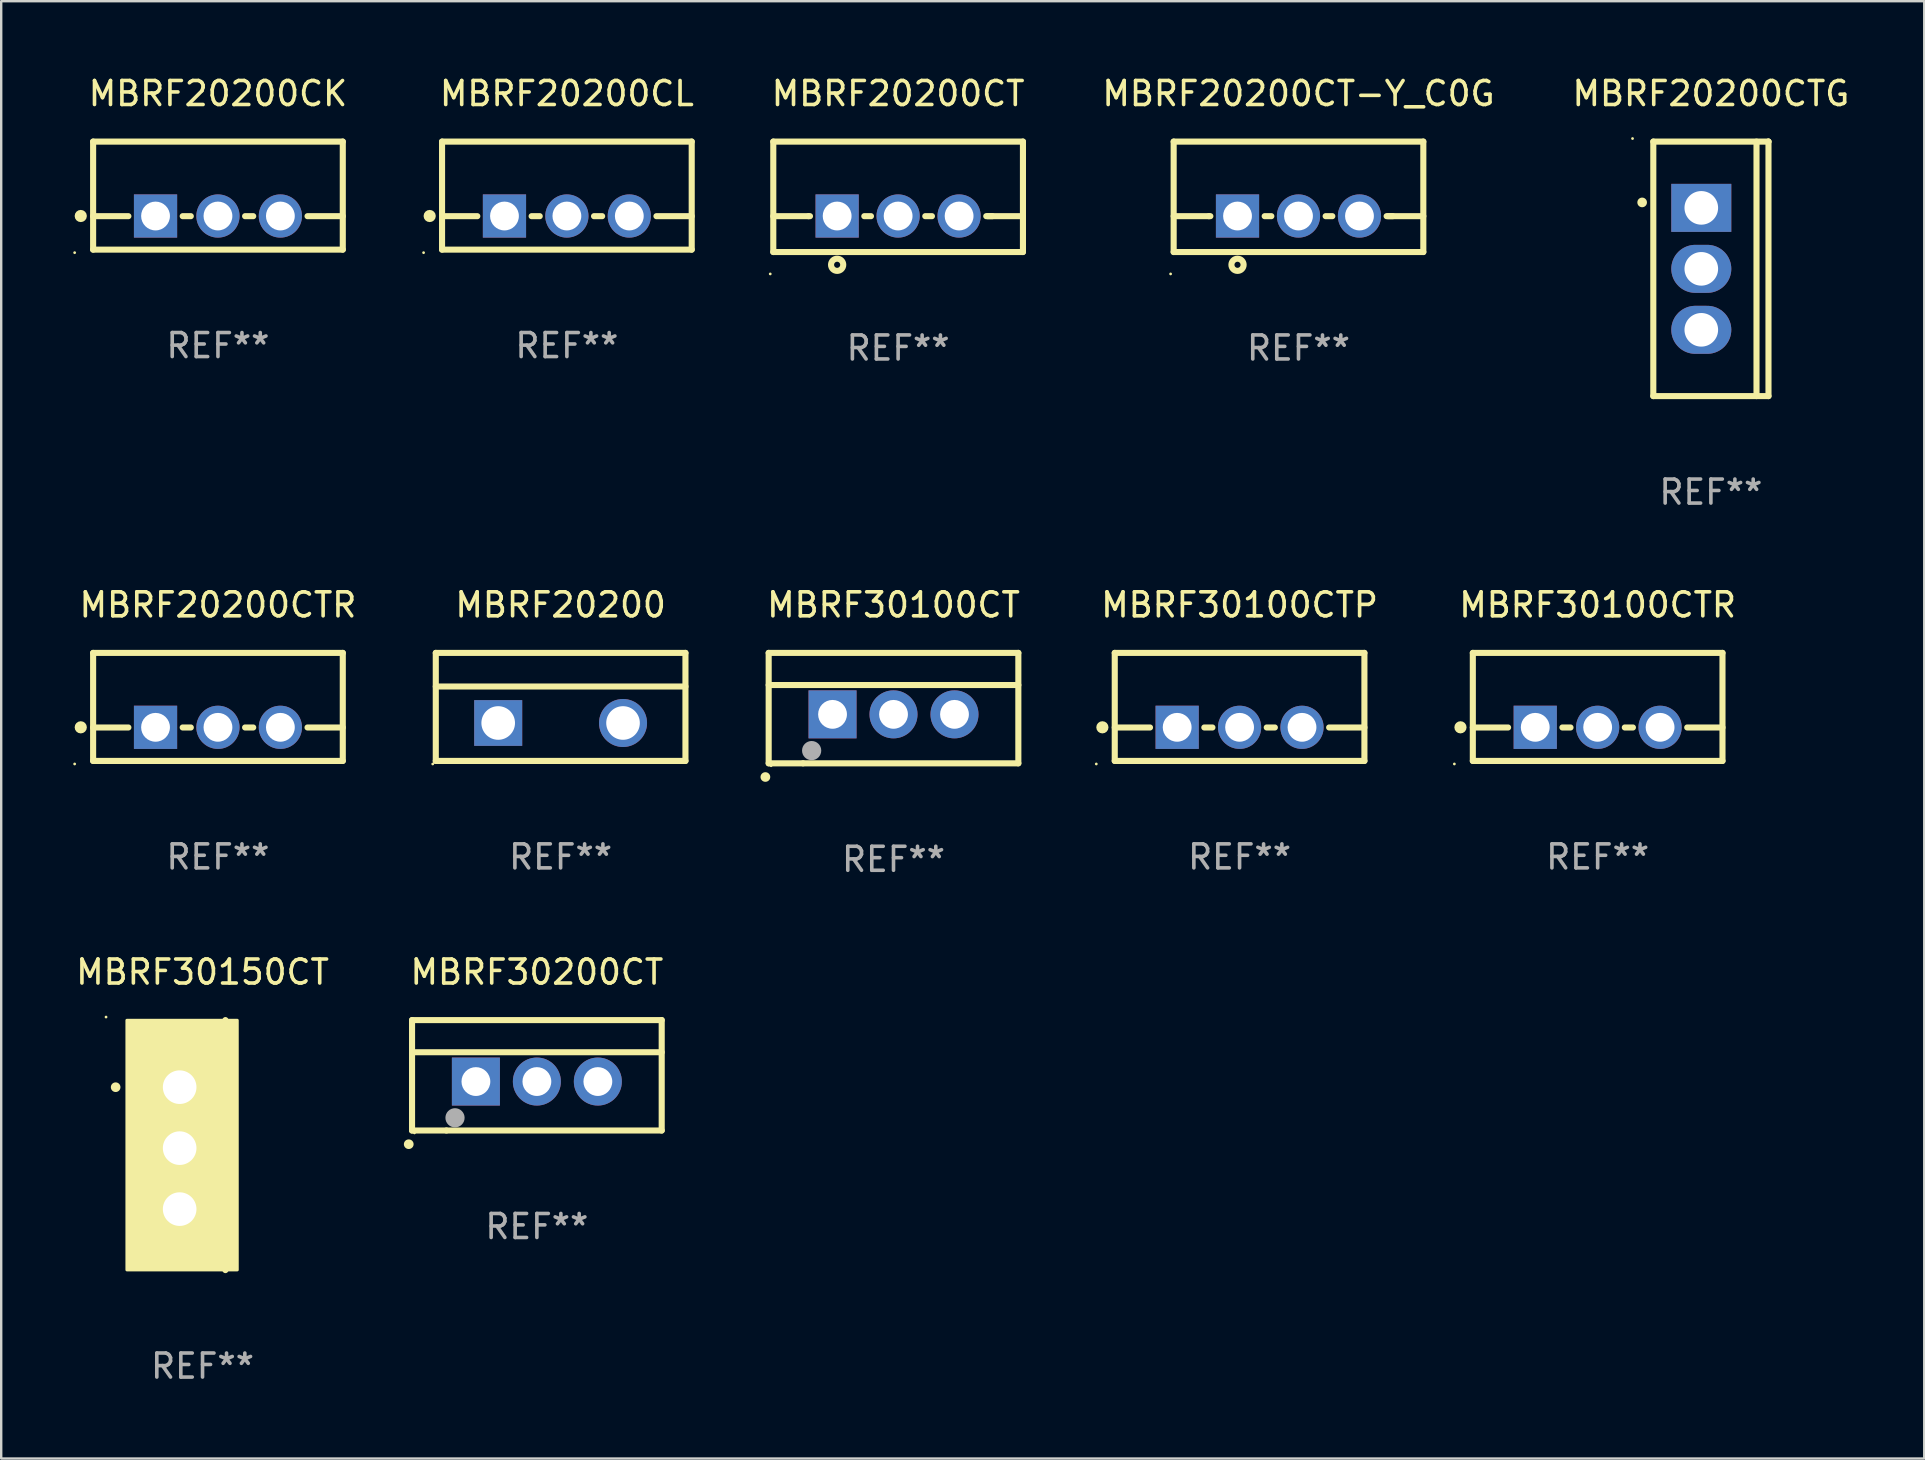
<source format=kicad_pcb>
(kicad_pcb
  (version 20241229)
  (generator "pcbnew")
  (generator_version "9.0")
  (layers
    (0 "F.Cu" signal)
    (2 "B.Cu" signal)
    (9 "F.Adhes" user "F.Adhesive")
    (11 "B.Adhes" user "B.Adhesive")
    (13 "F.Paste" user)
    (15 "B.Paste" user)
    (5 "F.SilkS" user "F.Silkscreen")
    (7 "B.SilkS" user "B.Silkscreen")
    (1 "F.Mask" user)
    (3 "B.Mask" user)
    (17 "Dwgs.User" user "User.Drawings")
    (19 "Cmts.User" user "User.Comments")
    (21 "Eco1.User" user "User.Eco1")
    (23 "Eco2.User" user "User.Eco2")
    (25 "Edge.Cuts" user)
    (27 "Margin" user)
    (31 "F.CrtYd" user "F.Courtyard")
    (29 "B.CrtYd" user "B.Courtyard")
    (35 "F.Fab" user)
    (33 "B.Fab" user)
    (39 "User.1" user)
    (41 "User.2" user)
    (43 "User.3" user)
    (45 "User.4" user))
  (footprint "MBRF30200CT"
    (layer "F.Cu")
    (at 19.314 41.743)
    (property "Reference" "MBRF30200CT" (at 0 -4.3 0) (layer "F.SilkS") (effects (font (size 1 1) (thickness 0.15))))
    (attr through_hole)
    (fp_line (start -5.2 -2.3) (end -5.2 2.3) (stroke (width 0.254) (type solid)) (layer "F.SilkS"))
    (fp_line (start -5.2 -0.961) (end 5.2 -0.961) (stroke (width 0.254) (type solid)) (layer "F.SilkS"))
    (fp_line (start -5.2 2.3) (end -3.768 2.3) (stroke (width 0.254) (type solid)) (layer "F.SilkS"))
    (fp_line (start -3.768 2.3) (end 5.2 2.3) (stroke (width 0.254) (type solid)) (layer "F.SilkS"))
    (fp_line (start 5.2 -2.3) (end -5.2 -2.3) (stroke (width 0.254) (type solid)) (layer "F.SilkS"))
    (fp_line (start 5.2 -2.3) (end 5.2 2.3) (stroke (width 0.254) (type solid)) (layer "F.SilkS"))
    (fp_arc (start -5.340005 2.870003) (mid -5.337465 2.869987) (end -5.334925 2.870003) (stroke (width 0.4) (type solid)) (layer "F.SilkS"))
    (fp_circle (center -5.1 2.4) (end -5.07 2.4) (stroke (width 0.06) (type solid)) (fill no) (layer "F.SilkS"))
    (fp_circle (center -3.41 1.77) (end -3.21 1.77) (stroke (width 0.4) (type solid)) (fill no) (layer "F.Fab"))
    (fp_text user "REF**" (at 0 6.3 0) (layer "F.Fab") (effects (font (size 1 1) (thickness 0.15))))
    (pad "1" thru_hole rect (at -2.54 0.26) (size 2 2) (drill 1.2) (layers "*.Cu" "*.Mask"))
    (pad "2" thru_hole circle (at 0 0.26) (size 2 2) (drill 1.2) (layers "*.Cu" "*.Mask"))
    (pad "3" thru_hole circle (at 2.54 0.26) (size 2 2) (drill 1.2) (layers "*.Cu" "*.Mask")))
  (footprint "MBRF30100CT"
    (layer "F.Cu")
    (at 34.17 26.447)
    (property "Reference" "MBRF30100CT" (at 0 -4.3 0) (layer "F.SilkS") (effects (font (size 1 1) (thickness 0.15))))
    (attr through_hole)
    (fp_line (start -5.2 -2.3) (end -5.2 2.3) (stroke (width 0.254) (type solid)) (layer "F.SilkS"))
    (fp_line (start -5.2 -0.961) (end 5.2 -0.961) (stroke (width 0.254) (type solid)) (layer "F.SilkS"))
    (fp_line (start -5.2 2.3) (end -3.768 2.3) (stroke (width 0.254) (type solid)) (layer "F.SilkS"))
    (fp_line (start -3.768 2.3) (end 5.2 2.3) (stroke (width 0.254) (type solid)) (layer "F.SilkS"))
    (fp_line (start 5.2 -2.3) (end -5.2 -2.3) (stroke (width 0.254) (type solid)) (layer "F.SilkS"))
    (fp_line (start 5.2 -2.3) (end 5.2 2.3) (stroke (width 0.254) (type solid)) (layer "F.SilkS"))
    (fp_arc (start -5.340005 2.870003) (mid -5.337465 2.869987) (end -5.334925 2.870003) (stroke (width 0.4) (type solid)) (layer "F.SilkS"))
    (fp_circle (center -5.1 2.4) (end -5.07 2.4) (stroke (width 0.06) (type solid)) (fill no) (layer "F.SilkS"))
    (fp_circle (center -3.41 1.77) (end -3.21 1.77) (stroke (width 0.4) (type solid)) (fill no) (layer "F.Fab"))
    (fp_text user "REF**" (at 0 6.3 0) (layer "F.Fab") (effects (font (size 1 1) (thickness 0.15))))
    (pad "1" thru_hole rect (at -2.54 0.26) (size 2 2) (drill 1.2) (layers "*.Cu" "*.Mask"))
    (pad "2" thru_hole circle (at 0 0.26) (size 2 2) (drill 1.2) (layers "*.Cu" "*.Mask"))
    (pad "3" thru_hole circle (at 2.54 0.26) (size 2 2) (drill 1.2) (layers "*.Cu" "*.Mask")))
  (footprint "MBRF20200CT"
    (layer "F.Cu")
    (at 34.362 5.148)
    (property "Reference" "MBRF20200CT" (at 0 -4.3 0) (layer "F.SilkS") (effects (font (size 1 1) (thickness 0.15))))
    (attr through_hole)
    (fp_line (start -5.2 -2.3) (end -5.2 2.3) (stroke (width 0.254) (type solid)) (layer "F.SilkS"))
    (fp_line (start -5.2 -2.3) (end 5.2 -2.3) (stroke (width 0.254) (type solid)) (layer "F.SilkS"))
    (fp_line (start -5.2 0.807) (end -3.731 0.807) (stroke (width 0.254) (type solid)) (layer "F.SilkS"))
    (fp_line (start -5.2 2.3) (end 5.2 2.3) (stroke (width 0.254) (type solid)) (layer "F.SilkS"))
    (fp_line (start -3.731 0.807) (end -3.671 0.807) (stroke (width 0.254) (type solid)) (layer "F.SilkS"))
    (fp_line (start -1.409 0.807) (end -1.131 0.807) (stroke (width 0.254) (type solid)) (layer "F.SilkS"))
    (fp_line (start 1.131 0.807) (end 1.409 0.807) (stroke (width 0.254) (type solid)) (layer "F.SilkS"))
    (fp_line (start 3.671 0.807) (end 3.926 0.807) (stroke (width 0.254) (type solid)) (layer "F.SilkS"))
    (fp_line (start 3.731 0.807) (end 5.2 0.807) (stroke (width 0.254) (type solid)) (layer "F.SilkS"))
    (fp_line (start 5.2 -2.3) (end 5.2 2.3) (stroke (width 0.254) (type solid)) (layer "F.SilkS"))
    (fp_circle (center -5.327 3.213) (end -5.297 3.213) (stroke (width 0.06) (type solid)) (fill no) (layer "F.SilkS"))
    (fp_circle (center -2.54 2.832) (end -2.286 2.832) (stroke (width 0.254) (type solid)) (fill no) (layer "F.SilkS"))
    (fp_text user "REF**" (at 0 6.3 0) (layer "F.Fab") (effects (font (size 1 1) (thickness 0.15))))
    (pad "1" thru_hole rect (at -2.54 0.8) (size 1.8 1.8) (drill 1.2) (layers "*.Cu" "*.Mask"))
    (pad "2" thru_hole circle (at 0 0.8) (size 1.8 1.8) (drill 1.2) (layers "*.Cu" "*.Mask"))
    (pad "3" thru_hole circle (at 2.54 0.8) (size 1.8 1.8) (drill 1.2) (layers "*.Cu" "*.Mask")))
  (footprint "MBRF20200CTR"
    (layer "F.Cu")
    (at 6.029 26.397)
    (property "Reference" "MBRF20200CTR" (at 0 -4.25 0) (layer "F.SilkS") (effects (font (size 1 1) (thickness 0.15))))
    (attr through_hole)
    (fp_line (start -5.2 -2.25) (end -5.2 2.25) (stroke (width 0.254) (type solid)) (layer "F.SilkS"))
    (fp_line (start -5.2 -2.25) (end 5.2 -2.25) (stroke (width 0.254) (type solid)) (layer "F.SilkS"))
    (fp_line (start -5.2 0.857) (end -3.731 0.857) (stroke (width 0.254) (type solid)) (layer "F.SilkS"))
    (fp_line (start -5.2 2.25) (end 5.2 2.25) (stroke (width 0.254) (type solid)) (layer "F.SilkS"))
    (fp_line (start -1.469 0.857) (end -1.131 0.857) (stroke (width 0.254) (type solid)) (layer "F.SilkS"))
    (fp_line (start 1.131 0.857) (end 1.469 0.857) (stroke (width 0.254) (type solid)) (layer "F.SilkS"))
    (fp_line (start 3.731 0.857) (end 5.2 0.857) (stroke (width 0.254) (type solid)) (layer "F.SilkS"))
    (fp_line (start 5.2 -2.25) (end 5.2 2.25) (stroke (width 0.254) (type solid)) (layer "F.SilkS"))
    (fp_circle (center -5.969 2.377) (end -5.939 2.377) (stroke (width 0.06) (type solid)) (fill no) (layer "F.SilkS"))
    (fp_circle (center -5.715 0.85) (end -5.588 0.85) (stroke (width 0.254) (type solid)) (fill no) (layer "F.SilkS"))
    (fp_text user "REF**" (at 0 6.25 0) (layer "F.Fab") (effects (font (size 1 1) (thickness 0.15))))
    (pad "1" thru_hole rect (at -2.6 0.85) (size 1.8 1.8) (drill 1.2) (layers "*.Cu" "*.Mask"))
    (pad "2" thru_hole circle (at 0 0.85) (size 1.8 1.8) (drill 1.2) (layers "*.Cu" "*.Mask"))
    (pad "3" thru_hole circle (at 2.6 0.85) (size 1.8 1.8) (drill 1.2) (layers "*.Cu" "*.Mask")))
  (footprint "MBRF20200CTG"
    (layer "F.Cu")
    (at 68.219 8.149)
    (property "Reference" "MBRF20200CTG" (at 0 -7.301 0) (layer "F.SilkS") (effects (font (size 1 1) (thickness 0.15))))
    (attr through_hole)
    (fp_line (start -2.399 -5.301) (end 2.394 -5.301) (stroke (width 0.254) (type solid)) (layer "F.SilkS"))
    (fp_line (start -2.399 5.301) (end -2.399 -5.301) (stroke (width 0.254) (type solid)) (layer "F.SilkS"))
    (fp_line (start 1.9 5.3) (end 1.9 -5.3) (stroke (width 0.254) (type solid)) (layer "F.SilkS"))
    (fp_line (start 2.394 -5.301) (end 2.399 -5.301) (stroke (width 0.254) (type solid)) (layer "F.SilkS"))
    (fp_line (start 2.399 -5.301) (end 2.399 5.301) (stroke (width 0.254) (type solid)) (layer "F.SilkS"))
    (fp_line (start 2.399 5.301) (end -2.399 5.301) (stroke (width 0.254) (type solid)) (layer "F.SilkS"))
    (fp_arc (start -2.863843 -2.766066) (mid -2.863847 -2.767336) (end -2.863843 -2.768606) (stroke (width 0.4) (type solid)) (layer "F.SilkS"))
    (fp_circle (center -3.264 -5.428) (end -3.234 -5.428) (stroke (width 0.06) (type solid)) (fill no) (layer "F.SilkS"))
    (fp_text user "REF**" (at 0 9.301 0) (layer "F.Fab") (effects (font (size 1 1) (thickness 0.15))))
    (pad "1" thru_hole rect (at -0.4 -2.54 270) (size 2 2.5) (drill 1.4) (layers "*.Cu" "*.Mask"))
    (pad "2" thru_hole oval (at -0.4 0 270) (size 2 2.5) (drill 1.4) (layers "*.Cu" "*.Mask"))
    (pad "3" thru_hole oval (at -0.4 2.54 270) (size 2 2.5) (drill 1.4) (layers "*.Cu" "*.Mask")))
  (footprint "MBRF30100CTP"
    (layer "F.Cu")
    (at 48.586 26.397)
    (property "Reference" "MBRF30100CTP" (at 0 -4.25 0) (layer "F.SilkS") (effects (font (size 1 1) (thickness 0.15))))
    (attr through_hole)
    (fp_line (start -5.2 -2.25) (end -5.2 2.25) (stroke (width 0.254) (type solid)) (layer "F.SilkS"))
    (fp_line (start -5.2 -2.25) (end 5.2 -2.25) (stroke (width 0.254) (type solid)) (layer "F.SilkS"))
    (fp_line (start -5.2 0.857) (end -3.731 0.857) (stroke (width 0.254) (type solid)) (layer "F.SilkS"))
    (fp_line (start -5.2 2.25) (end 5.2 2.25) (stroke (width 0.254) (type solid)) (layer "F.SilkS"))
    (fp_line (start -1.469 0.857) (end -1.131 0.857) (stroke (width 0.254) (type solid)) (layer "F.SilkS"))
    (fp_line (start 1.131 0.857) (end 1.469 0.857) (stroke (width 0.254) (type solid)) (layer "F.SilkS"))
    (fp_line (start 3.731 0.857) (end 5.2 0.857) (stroke (width 0.254) (type solid)) (layer "F.SilkS"))
    (fp_line (start 5.2 -2.25) (end 5.2 2.25) (stroke (width 0.254) (type solid)) (layer "F.SilkS"))
    (fp_circle (center -5.969 2.377) (end -5.939 2.377) (stroke (width 0.06) (type solid)) (fill no) (layer "F.SilkS"))
    (fp_circle (center -5.715 0.85) (end -5.588 0.85) (stroke (width 0.254) (type solid)) (fill no) (layer "F.SilkS"))
    (fp_text user "REF**" (at 0 6.25 0) (layer "F.Fab") (effects (font (size 1 1) (thickness 0.15))))
    (pad "1" thru_hole rect (at -2.6 0.85) (size 1.8 1.8) (drill 1.2) (layers "*.Cu" "*.Mask"))
    (pad "2" thru_hole circle (at 0 0.85) (size 1.8 1.8) (drill 1.2) (layers "*.Cu" "*.Mask"))
    (pad "3" thru_hole circle (at 2.6 0.85) (size 1.8 1.8) (drill 1.2) (layers "*.Cu" "*.Mask")))
  (footprint "MBRF20200"
    (layer "F.Cu")
    (at 20.303 26.397)
    (property "Reference" "MBRF20200" (at 0 -4.25 0) (layer "F.SilkS") (effects (font (size 1 1) (thickness 0.15))))
    (attr through_hole)
    (fp_line (start -5.2 -2.25) (end 5.2 -2.25) (stroke (width 0.254) (type solid)) (layer "F.SilkS"))
    (fp_line (start -5.2 -0.85) (end 5.2 -0.85) (stroke (width 0.254) (type solid)) (layer "F.SilkS"))
    (fp_line (start -5.2 2.25) (end -5.2 -2.25) (stroke (width 0.254) (type solid)) (layer "F.SilkS"))
    (fp_line (start -5.2 2.25) (end 5.2 2.25) (stroke (width 0.254) (type solid)) (layer "F.SilkS"))
    (fp_line (start 5.2 2.25) (end 5.2 -2.25) (stroke (width 0.254) (type solid)) (layer "F.SilkS"))
    (fp_circle (center -5.327 2.377) (end -5.297 2.377) (stroke (width 0.06) (type solid)) (fill no) (layer "F.SilkS"))
    (fp_text user "REF**" (at 0 6.25 0) (layer "F.Fab") (effects (font (size 1 1) (thickness 0.15))))
    (pad "1" thru_hole rect (at -2.6 0.67 90) (size 1.905 2) (drill 1.4) (layers "*.Cu" "*.Mask"))
    (pad "3" thru_hole circle (at 2.6 0.67) (size 2 2) (drill 1.4) (layers "*.Cu" "*.Mask")))
  (footprint "MBRF20200CT-Y_C0G"
    (layer "F.Cu")
    (at 51.04 5.148)
    (property "Reference" "MBRF20200CT-Y_C0G" (at 0 -4.3 0) (layer "F.SilkS") (effects (font (size 1 1) (thickness 0.15))))
    (attr through_hole)
    (fp_line (start -5.2 -2.3) (end -5.2 2.3) (stroke (width 0.254) (type solid)) (layer "F.SilkS"))
    (fp_line (start -5.2 -2.3) (end 5.2 -2.3) (stroke (width 0.254) (type solid)) (layer "F.SilkS"))
    (fp_line (start -5.2 0.807) (end -3.731 0.807) (stroke (width 0.254) (type solid)) (layer "F.SilkS"))
    (fp_line (start -5.2 2.3) (end 5.2 2.3) (stroke (width 0.254) (type solid)) (layer "F.SilkS"))
    (fp_line (start -3.731 0.807) (end -3.671 0.807) (stroke (width 0.254) (type solid)) (layer "F.SilkS"))
    (fp_line (start -1.409 0.807) (end -1.131 0.807) (stroke (width 0.254) (type solid)) (layer "F.SilkS"))
    (fp_line (start 1.131 0.807) (end 1.409 0.807) (stroke (width 0.254) (type solid)) (layer "F.SilkS"))
    (fp_line (start 3.671 0.807) (end 3.926 0.807) (stroke (width 0.254) (type solid)) (layer "F.SilkS"))
    (fp_line (start 3.731 0.807) (end 5.2 0.807) (stroke (width 0.254) (type solid)) (layer "F.SilkS"))
    (fp_line (start 5.2 -2.3) (end 5.2 2.3) (stroke (width 0.254) (type solid)) (layer "F.SilkS"))
    (fp_circle (center -5.327 3.213) (end -5.297 3.213) (stroke (width 0.06) (type solid)) (fill no) (layer "F.SilkS"))
    (fp_circle (center -2.54 2.832) (end -2.286 2.832) (stroke (width 0.254) (type solid)) (fill no) (layer "F.SilkS"))
    (fp_text user "REF**" (at 0 6.3 0) (layer "F.Fab") (effects (font (size 1 1) (thickness 0.15))))
    (pad "1" thru_hole rect (at -2.54 0.8) (size 1.8 1.8) (drill 1.2) (layers "*.Cu" "*.Mask"))
    (pad "2" thru_hole circle (at 0 0.8) (size 1.8 1.8) (drill 1.2) (layers "*.Cu" "*.Mask"))
    (pad "3" thru_hole circle (at 2.54 0.8) (size 1.8 1.8) (drill 1.2) (layers "*.Cu" "*.Mask")))
  (footprint "MBRF20200CL"
    (layer "F.Cu")
    (at 20.564 5.098)
    (property "Reference" "MBRF20200CL" (at 0 -4.25 0) (layer "F.SilkS") (effects (font (size 1 1) (thickness 0.15))))
    (attr through_hole)
    (fp_line (start -5.2 -2.25) (end -5.2 2.25) (stroke (width 0.254) (type solid)) (layer "F.SilkS"))
    (fp_line (start -5.2 -2.25) (end 5.2 -2.25) (stroke (width 0.254) (type solid)) (layer "F.SilkS"))
    (fp_line (start -5.2 0.857) (end -3.731 0.857) (stroke (width 0.254) (type solid)) (layer "F.SilkS"))
    (fp_line (start -5.2 2.25) (end 5.2 2.25) (stroke (width 0.254) (type solid)) (layer "F.SilkS"))
    (fp_line (start -1.469 0.857) (end -1.131 0.857) (stroke (width 0.254) (type solid)) (layer "F.SilkS"))
    (fp_line (start 1.131 0.857) (end 1.469 0.857) (stroke (width 0.254) (type solid)) (layer "F.SilkS"))
    (fp_line (start 3.731 0.857) (end 5.2 0.857) (stroke (width 0.254) (type solid)) (layer "F.SilkS"))
    (fp_line (start 5.2 -2.25) (end 5.2 2.25) (stroke (width 0.254) (type solid)) (layer "F.SilkS"))
    (fp_circle (center -5.969 2.377) (end -5.939 2.377) (stroke (width 0.06) (type solid)) (fill no) (layer "F.SilkS"))
    (fp_circle (center -5.715 0.85) (end -5.588 0.85) (stroke (width 0.254) (type solid)) (fill no) (layer "F.SilkS"))
    (fp_text user "REF**" (at 0 6.25 0) (layer "F.Fab") (effects (font (size 1 1) (thickness 0.15))))
    (pad "1" thru_hole rect (at -2.6 0.85) (size 1.8 1.8) (drill 1.2) (layers "*.Cu" "*.Mask"))
    (pad "2" thru_hole circle (at 0 0.85) (size 1.8 1.8) (drill 1.2) (layers "*.Cu" "*.Mask"))
    (pad "3" thru_hole circle (at 2.6 0.85) (size 1.8 1.8) (drill 1.2) (layers "*.Cu" "*.Mask")))
  (footprint "MBRF20200CK"
    (layer "F.Cu")
    (at 6.029 5.098)
    (property "Reference" "MBRF20200CK" (at 0 -4.25 0) (layer "F.SilkS") (effects (font (size 1 1) (thickness 0.15))))
    (attr through_hole)
    (fp_line (start -5.2 -2.25) (end -5.2 2.25) (stroke (width 0.254) (type solid)) (layer "F.SilkS"))
    (fp_line (start -5.2 -2.25) (end 5.2 -2.25) (stroke (width 0.254) (type solid)) (layer "F.SilkS"))
    (fp_line (start -5.2 0.857) (end -3.731 0.857) (stroke (width 0.254) (type solid)) (layer "F.SilkS"))
    (fp_line (start -5.2 2.25) (end 5.2 2.25) (stroke (width 0.254) (type solid)) (layer "F.SilkS"))
    (fp_line (start -1.469 0.857) (end -1.131 0.857) (stroke (width 0.254) (type solid)) (layer "F.SilkS"))
    (fp_line (start 1.131 0.857) (end 1.469 0.857) (stroke (width 0.254) (type solid)) (layer "F.SilkS"))
    (fp_line (start 3.731 0.857) (end 5.2 0.857) (stroke (width 0.254) (type solid)) (layer "F.SilkS"))
    (fp_line (start 5.2 -2.25) (end 5.2 2.25) (stroke (width 0.254) (type solid)) (layer "F.SilkS"))
    (fp_circle (center -5.969 2.377) (end -5.939 2.377) (stroke (width 0.06) (type solid)) (fill no) (layer "F.SilkS"))
    (fp_circle (center -5.715 0.85) (end -5.588 0.85) (stroke (width 0.254) (type solid)) (fill no) (layer "F.SilkS"))
    (fp_text user "REF**" (at 0 6.25 0) (layer "F.Fab") (effects (font (size 1 1) (thickness 0.15))))
    (pad "1" thru_hole rect (at -2.6 0.85) (size 1.8 1.8) (drill 1.2) (layers "*.Cu" "*.Mask"))
    (pad "2" thru_hole circle (at 0 0.85) (size 1.8 1.8) (drill 1.2) (layers "*.Cu" "*.Mask"))
    (pad "3" thru_hole circle (at 2.6 0.85) (size 1.8 1.8) (drill 1.2) (layers "*.Cu" "*.Mask")))
  (footprint "MBRF30100CTR"
    (layer "F.Cu")
    (at 63.502 26.397)
    (property "Reference" "MBRF30100CTR" (at 0 -4.25 0) (layer "F.SilkS") (effects (font (size 1 1) (thickness 0.15))))
    (attr through_hole)
    (fp_line (start -5.2 -2.25) (end -5.2 2.25) (stroke (width 0.254) (type solid)) (layer "F.SilkS"))
    (fp_line (start -5.2 -2.25) (end 5.2 -2.25) (stroke (width 0.254) (type solid)) (layer "F.SilkS"))
    (fp_line (start -5.2 0.857) (end -3.731 0.857) (stroke (width 0.254) (type solid)) (layer "F.SilkS"))
    (fp_line (start -5.2 2.25) (end 5.2 2.25) (stroke (width 0.254) (type solid)) (layer "F.SilkS"))
    (fp_line (start -1.469 0.857) (end -1.131 0.857) (stroke (width 0.254) (type solid)) (layer "F.SilkS"))
    (fp_line (start 1.131 0.857) (end 1.469 0.857) (stroke (width 0.254) (type solid)) (layer "F.SilkS"))
    (fp_line (start 3.731 0.857) (end 5.2 0.857) (stroke (width 0.254) (type solid)) (layer "F.SilkS"))
    (fp_line (start 5.2 -2.25) (end 5.2 2.25) (stroke (width 0.254) (type solid)) (layer "F.SilkS"))
    (fp_circle (center -5.969 2.377) (end -5.939 2.377) (stroke (width 0.06) (type solid)) (fill no) (layer "F.SilkS"))
    (fp_circle (center -5.715 0.85) (end -5.588 0.85) (stroke (width 0.254) (type solid)) (fill no) (layer "F.SilkS"))
    (fp_text user "REF**" (at 0 6.25 0) (layer "F.Fab") (effects (font (size 1 1) (thickness 0.15))))
    (pad "1" thru_hole rect (at -2.6 0.85) (size 1.8 1.8) (drill 1.2) (layers "*.Cu" "*.Mask"))
    (pad "2" thru_hole circle (at 0 0.85) (size 1.8 1.8) (drill 1.2) (layers "*.Cu" "*.Mask"))
    (pad "3" thru_hole circle (at 2.6 0.85) (size 1.8 1.8) (drill 1.2) (layers "*.Cu" "*.Mask")))
  (footprint "MBRF30150CT"
    (layer "F.Cu")
    (at 5.387 44.65)
    (property "Reference" "MBRF30150CT" (at 0 -7.207 0) (layer "F.SilkS") (effects (font (size 1 1) (thickness 0.15))))
    (attr through_hole)
    (fp_line (start 0.953 5.207) (end 0.953 -5.207) (stroke (width 0.254) (type solid)) (layer "F.SilkS"))
    (fp_arc (start -3.619507 -2.410465) (mid -3.619511 -2.411735) (end -3.619507 -2.413005) (stroke (width 0.4) (type solid)) (layer "F.SilkS"))
    (fp_circle (center -4.02 -5.334) (end -3.99 -5.334) (stroke (width 0.06) (type solid)) (fill no) (layer "F.SilkS"))
    (fp_poly (pts (xy -3.152 -5.2) (xy 1.448 -5.2) (xy 1.448 5.2) (xy -3.152 5.2)) (stroke (width 0.12) (type solid)) (fill yes) (layer "F.SilkS"))
    (fp_text user "REF**" (at 0 9.207 0) (layer "F.Fab") (effects (font (size 1 1) (thickness 0.15))))
    (pad "1" thru_hole rect (at -0.953 -2.413 270) (size 2 2.5) (drill 1.4) (layers "*.Cu" "*.Mask"))
    (pad "2" thru_hole oval (at -0.953 0.127 270) (size 2 2.5) (drill 1.4) (layers "*.Cu" "*.Mask"))
    (pad "3" thru_hole oval (at -0.953 2.667 270) (size 2 2.5) (drill 1.4) (layers "*.Cu" "*.Mask")))
  (gr_rect
    (start -3 -3)
    (end 77.106 57.706)
    (stroke (width 0.1) (type default))
    (fill no)
    (layer "Edge.Cuts")))
</source>
